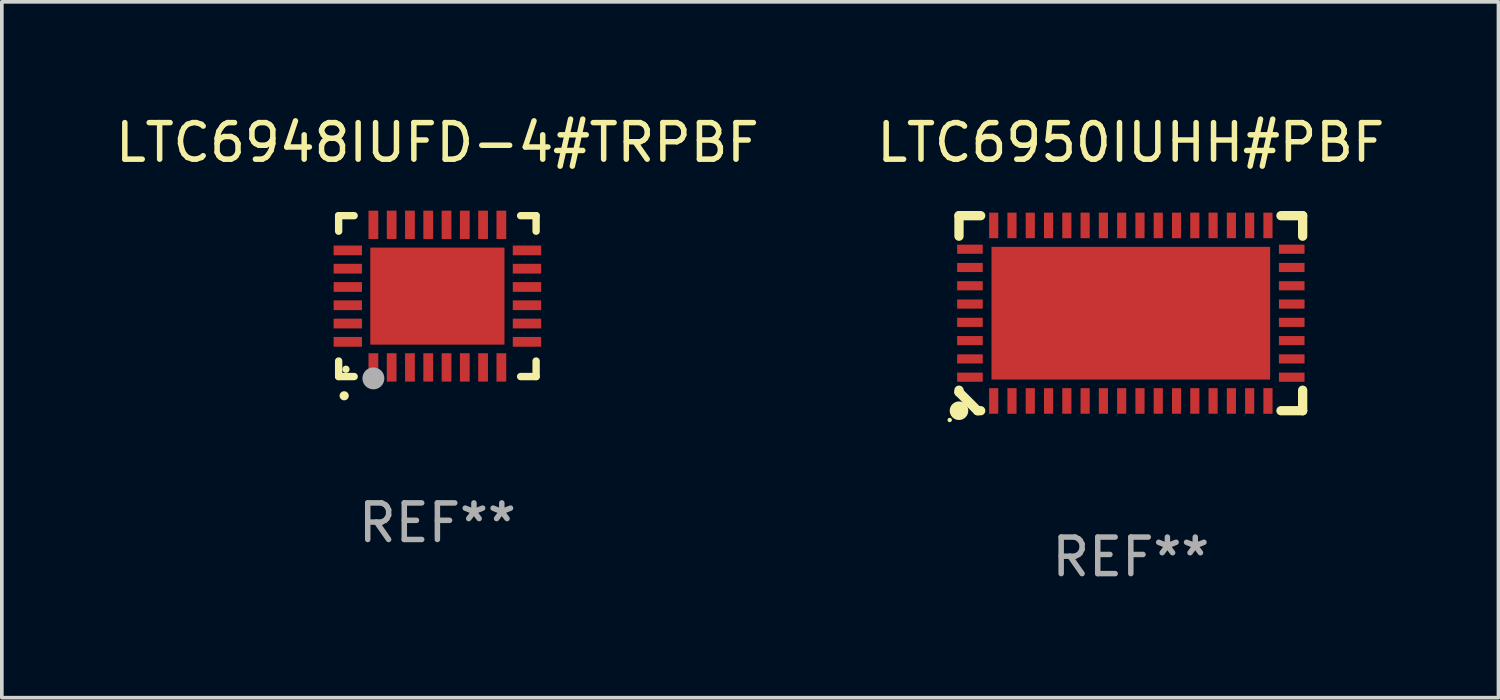
<source format=kicad_pcb>
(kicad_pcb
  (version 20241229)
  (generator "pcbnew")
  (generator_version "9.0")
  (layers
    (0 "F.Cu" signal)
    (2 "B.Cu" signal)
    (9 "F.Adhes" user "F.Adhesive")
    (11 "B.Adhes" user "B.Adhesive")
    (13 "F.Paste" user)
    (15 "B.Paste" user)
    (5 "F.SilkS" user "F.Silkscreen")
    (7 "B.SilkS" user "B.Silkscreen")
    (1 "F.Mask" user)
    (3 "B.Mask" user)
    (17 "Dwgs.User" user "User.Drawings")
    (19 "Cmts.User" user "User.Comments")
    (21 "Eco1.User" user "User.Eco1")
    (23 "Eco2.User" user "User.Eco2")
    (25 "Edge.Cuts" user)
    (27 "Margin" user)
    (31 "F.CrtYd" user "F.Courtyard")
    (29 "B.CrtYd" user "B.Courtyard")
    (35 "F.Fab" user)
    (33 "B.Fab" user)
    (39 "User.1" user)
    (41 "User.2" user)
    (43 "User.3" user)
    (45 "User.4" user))
  (footprint "LTC6950IUHH#PBF"
    (layer "F.Cu")
    (at 27.875 5.515)
    (property "Reference" "LTC6950IUHH#PBF" (at 0 -4.667 0) (layer "F.SilkS") (effects (font (size 1 1) (thickness 0.15))))
    (attr through_hole)
    (fp_line (start -4.699 -2.667) (end -4.699 -2.106) (stroke (width 0.254) (type solid)) (layer "F.SilkS"))
    (fp_line (start -4.699 2.106) (end -4.699 2.159) (stroke (width 0.254) (type solid)) (layer "F.SilkS"))
    (fp_line (start -4.699 2.159) (end -4.191 2.667) (stroke (width 0.254) (type solid)) (layer "F.SilkS"))
    (fp_line (start -4.191 2.667) (end -4.106 2.667) (stroke (width 0.254) (type solid)) (layer "F.SilkS"))
    (fp_line (start -4.106 -2.667) (end -4.699 -2.667) (stroke (width 0.254) (type solid)) (layer "F.SilkS"))
    (fp_line (start 4.106 2.667) (end 4.699 2.667) (stroke (width 0.254) (type solid)) (layer "F.SilkS"))
    (fp_line (start 4.699 -2.667) (end 4.106 -2.667) (stroke (width 0.254) (type solid)) (layer "F.SilkS"))
    (fp_line (start 4.699 -2.106) (end 4.699 -2.667) (stroke (width 0.254) (type solid)) (layer "F.SilkS"))
    (fp_line (start 4.699 2.667) (end 4.699 2.106) (stroke (width 0.254) (type solid)) (layer "F.SilkS"))
    (fp_circle (center -4.953 2.921) (end -4.923 2.921) (stroke (width 0.06) (type solid)) (fill no) (layer "F.SilkS"))
    (fp_circle (center -4.699 2.667) (end -4.572 2.667) (stroke (width 0.254) (type solid)) (fill no) (layer "F.SilkS"))
    (fp_text user "REF**" (at 0 6.667 0) (layer "F.Fab") (effects (font (size 1 1) (thickness 0.15))))
    (pad "1" smd rect (at -3.75 2.4) (size 0.25 0.7) (layers "F.Cu" "F.Mask" "F.Paste"))
    (pad "2" smd rect (at -3.25 2.4) (size 0.25 0.7) (layers "F.Cu" "F.Mask" "F.Paste"))
    (pad "3" smd rect (at -2.75 2.4) (size 0.25 0.7) (layers "F.Cu" "F.Mask" "F.Paste"))
    (pad "4" smd rect (at -2.25 2.4) (size 0.25 0.7) (layers "F.Cu" "F.Mask" "F.Paste"))
    (pad "5" smd rect (at -1.75 2.4) (size 0.25 0.7) (layers "F.Cu" "F.Mask" "F.Paste"))
    (pad "6" smd rect (at -1.25 2.4) (size 0.25 0.7) (layers "F.Cu" "F.Mask" "F.Paste"))
    (pad "7" smd rect (at -0.75 2.4) (size 0.25 0.7) (layers "F.Cu" "F.Mask" "F.Paste"))
    (pad "8" smd rect (at -0.25 2.4) (size 0.25 0.7) (layers "F.Cu" "F.Mask" "F.Paste"))
    (pad "9" smd rect (at 0.25 2.4) (size 0.25 0.7) (layers "F.Cu" "F.Mask" "F.Paste"))
    (pad "10" smd rect (at 0.75 2.4) (size 0.25 0.7) (layers "F.Cu" "F.Mask" "F.Paste"))
    (pad "11" smd rect (at 1.25 2.4) (size 0.25 0.7) (layers "F.Cu" "F.Mask" "F.Paste"))
    (pad "12" smd rect (at 1.75 2.4) (size 0.25 0.7) (layers "F.Cu" "F.Mask" "F.Paste"))
    (pad "13" smd rect (at 2.25 2.4) (size 0.25 0.7) (layers "F.Cu" "F.Mask" "F.Paste"))
    (pad "14" smd rect (at 2.75 2.4) (size 0.25 0.7) (layers "F.Cu" "F.Mask" "F.Paste"))
    (pad "15" smd rect (at 3.25 2.4) (size 0.25 0.7) (layers "F.Cu" "F.Mask" "F.Paste"))
    (pad "16" smd rect (at 3.75 2.4) (size 0.25 0.7) (layers "F.Cu" "F.Mask" "F.Paste"))
    (pad "17" smd rect (at 4.4 1.75 90) (size 0.25 0.7) (layers "F.Cu" "F.Mask" "F.Paste"))
    (pad "18" smd rect (at 4.4 1.25 90) (size 0.25 0.7) (layers "F.Cu" "F.Mask" "F.Paste"))
    (pad "19" smd rect (at 4.4 0.75 90) (size 0.25 0.7) (layers "F.Cu" "F.Mask" "F.Paste"))
    (pad "20" smd rect (at 4.4 0.25 90) (size 0.25 0.7) (layers "F.Cu" "F.Mask" "F.Paste"))
    (pad "21" smd rect (at 4.4 -0.25 90) (size 0.25 0.7) (layers "F.Cu" "F.Mask" "F.Paste"))
    (pad "22" smd rect (at 4.4 -0.75 90) (size 0.25 0.7) (layers "F.Cu" "F.Mask" "F.Paste"))
    (pad "23" smd rect (at 4.4 -1.25 90) (size 0.25 0.7) (layers "F.Cu" "F.Mask" "F.Paste"))
    (pad "24" smd rect (at 4.4 -1.75 90) (size 0.25 0.7) (layers "F.Cu" "F.Mask" "F.Paste"))
    (pad "25" smd rect (at 3.75 -2.4 180) (size 0.25 0.7) (layers "F.Cu" "F.Mask" "F.Paste"))
    (pad "26" smd rect (at 3.25 -2.4 180) (size 0.25 0.7) (layers "F.Cu" "F.Mask" "F.Paste"))
    (pad "27" smd rect (at 2.75 -2.4 180) (size 0.25 0.7) (layers "F.Cu" "F.Mask" "F.Paste"))
    (pad "28" smd rect (at 2.25 -2.4 180) (size 0.25 0.7) (layers "F.Cu" "F.Mask" "F.Paste"))
    (pad "29" smd rect (at 1.75 -2.4 180) (size 0.25 0.7) (layers "F.Cu" "F.Mask" "F.Paste"))
    (pad "30" smd rect (at 1.25 -2.4 180) (size 0.25 0.7) (layers "F.Cu" "F.Mask" "F.Paste"))
    (pad "31" smd rect (at 0.75 -2.4 180) (size 0.25 0.7) (layers "F.Cu" "F.Mask" "F.Paste"))
    (pad "32" smd rect (at 0.25 -2.4 180) (size 0.25 0.7) (layers "F.Cu" "F.Mask" "F.Paste"))
    (pad "33" smd rect (at -0.25 -2.4 180) (size 0.25 0.7) (layers "F.Cu" "F.Mask" "F.Paste"))
    (pad "34" smd rect (at -0.75 -2.4 180) (size 0.25 0.7) (layers "F.Cu" "F.Mask" "F.Paste"))
    (pad "35" smd rect (at -1.25 -2.4 180) (size 0.25 0.7) (layers "F.Cu" "F.Mask" "F.Paste"))
    (pad "36" smd rect (at -1.75 -2.4 180) (size 0.25 0.7) (layers "F.Cu" "F.Mask" "F.Paste"))
    (pad "37" smd rect (at -2.25 -2.4 180) (size 0.25 0.7) (layers "F.Cu" "F.Mask" "F.Paste"))
    (pad "38" smd rect (at -2.75 -2.4 180) (size 0.25 0.7) (layers "F.Cu" "F.Mask" "F.Paste"))
    (pad "39" smd rect (at -3.25 -2.4 180) (size 0.25 0.7) (layers "F.Cu" "F.Mask" "F.Paste"))
    (pad "40" smd rect (at -3.75 -2.4 180) (size 0.25 0.7) (layers "F.Cu" "F.Mask" "F.Paste"))
    (pad "41" smd rect (at -4.4 -1.75 270) (size 0.25 0.7) (layers "F.Cu" "F.Mask" "F.Paste"))
    (pad "42" smd rect (at -4.4 -1.25 270) (size 0.25 0.7) (layers "F.Cu" "F.Mask" "F.Paste"))
    (pad "43" smd rect (at -4.4 -0.75 270) (size 0.25 0.7) (layers "F.Cu" "F.Mask" "F.Paste"))
    (pad "44" smd rect (at -4.4 -0.25 270) (size 0.25 0.7) (layers "F.Cu" "F.Mask" "F.Paste"))
    (pad "45" smd rect (at -4.4 0.25 270) (size 0.25 0.7) (layers "F.Cu" "F.Mask" "F.Paste"))
    (pad "46" smd rect (at -4.4 0.75 270) (size 0.25 0.7) (layers "F.Cu" "F.Mask" "F.Paste"))
    (pad "47" smd rect (at -4.4 1.25 270) (size 0.25 0.7) (layers "F.Cu" "F.Mask" "F.Paste"))
    (pad "48" smd rect (at -4.4 1.75 270) (size 0.25 0.7) (layers "F.Cu" "F.Mask" "F.Paste"))
    (pad "49" smd rect (at 0 0) (size 7.62 3.63) (layers "F.Cu" "F.Mask" "F.Paste")))
  (footprint "LTC6948IUFD-4#TRPBF"
    (layer "F.Cu")
    (at 8.911 5.048)
    (property "Reference" "LTC6948IUFD-4#TRPBF" (at 0 -4.2 0) (layer "F.SilkS") (effects (font (size 1 1) (thickness 0.15))))
    (attr through_hole)
    (fp_line (start -2.7 -2.2) (end -2.276 -2.2) (stroke (width 0.201) (type solid)) (layer "F.SilkS"))
    (fp_line (start -2.7 -1.775) (end -2.7 -2.2) (stroke (width 0.201) (type solid)) (layer "F.SilkS"))
    (fp_line (start -2.7 2.2) (end -2.7 1.775) (stroke (width 0.201) (type solid)) (layer "F.SilkS"))
    (fp_line (start -2.276 2.2) (end -2.7 2.2) (stroke (width 0.201) (type solid)) (layer "F.SilkS"))
    (fp_line (start 2.276 2.2) (end 2.7 2.2) (stroke (width 0.201) (type solid)) (layer "F.SilkS"))
    (fp_line (start 2.7 -2.2) (end 2.276 -2.2) (stroke (width 0.201) (type solid)) (layer "F.SilkS"))
    (fp_line (start 2.7 -1.775) (end 2.7 -2.2) (stroke (width 0.201) (type solid)) (layer "F.SilkS"))
    (fp_line (start 2.7 2.2) (end 2.7 1.775) (stroke (width 0.201) (type solid)) (layer "F.SilkS"))
    (fp_arc (start -2.550165 2.725425) (mid -2.548895 2.725419) (end -2.547625 2.725425) (stroke (width 0.24892) (type solid)) (layer "F.SilkS"))
    (fp_circle (center -2.5 2) (end -2.45 2) (stroke (width 0.1) (type solid)) (fill no) (layer "F.SilkS"))
    (fp_circle (center -1.75 2.25) (end -1.6 2.25) (stroke (width 0.3) (type solid)) (fill no) (layer "F.Fab"))
    (fp_text user "REF**" (at 0 6.2 0) (layer "F.Fab") (effects (font (size 1 1) (thickness 0.15))))
    (pad "1" smd rect (at -1.75 1.95) (size 0.267 0.775) (layers "F.Cu" "F.Mask" "F.Paste"))
    (pad "2" smd rect (at -1.25 1.95) (size 0.267 0.775) (layers "F.Cu" "F.Mask" "F.Paste"))
    (pad "3" smd rect (at -0.75 1.95) (size 0.267 0.775) (layers "F.Cu" "F.Mask" "F.Paste"))
    (pad "4" smd rect (at -0.25 1.95) (size 0.267 0.775) (layers "F.Cu" "F.Mask" "F.Paste"))
    (pad "5" smd rect (at 0.25 1.95) (size 0.267 0.775) (layers "F.Cu" "F.Mask" "F.Paste"))
    (pad "6" smd rect (at 0.75 1.95) (size 0.267 0.775) (layers "F.Cu" "F.Mask" "F.Paste"))
    (pad "7" smd rect (at 1.25 1.95) (size 0.267 0.775) (layers "F.Cu" "F.Mask" "F.Paste"))
    (pad "8" smd rect (at 1.75 1.95) (size 0.267 0.775) (layers "F.Cu" "F.Mask" "F.Paste"))
    (pad "9" smd rect (at 2.45 1.25) (size 0.775 0.267) (layers "F.Cu" "F.Mask" "F.Paste"))
    (pad "10" smd rect (at 2.45 0.75) (size 0.775 0.267) (layers "F.Cu" "F.Mask" "F.Paste"))
    (pad "11" smd rect (at 2.45 0.25) (size 0.775 0.267) (layers "F.Cu" "F.Mask" "F.Paste"))
    (pad "12" smd rect (at 2.45 -0.25) (size 0.775 0.267) (layers "F.Cu" "F.Mask" "F.Paste"))
    (pad "13" smd rect (at 2.45 -0.75) (size 0.775 0.267) (layers "F.Cu" "F.Mask" "F.Paste"))
    (pad "14" smd rect (at 2.45 -1.25) (size 0.775 0.267) (layers "F.Cu" "F.Mask" "F.Paste"))
    (pad "15" smd rect (at 1.75 -1.95) (size 0.267 0.775) (layers "F.Cu" "F.Mask" "F.Paste"))
    (pad "16" smd rect (at 1.25 -1.95) (size 0.267 0.775) (layers "F.Cu" "F.Mask" "F.Paste"))
    (pad "17" smd rect (at 0.75 -1.95) (size 0.267 0.775) (layers "F.Cu" "F.Mask" "F.Paste"))
    (pad "18" smd rect (at 0.25 -1.95) (size 0.267 0.775) (layers "F.Cu" "F.Mask" "F.Paste"))
    (pad "19" smd rect (at -0.25 -1.95) (size 0.267 0.775) (layers "F.Cu" "F.Mask" "F.Paste"))
    (pad "20" smd rect (at -0.75 -1.95) (size 0.267 0.775) (layers "F.Cu" "F.Mask" "F.Paste"))
    (pad "21" smd rect (at -1.25 -1.95) (size 0.267 0.775) (layers "F.Cu" "F.Mask" "F.Paste"))
    (pad "22" smd rect (at -1.75 -1.95) (size 0.267 0.775) (layers "F.Cu" "F.Mask" "F.Paste"))
    (pad "23" smd rect (at -2.45 -1.25) (size 0.775 0.267) (layers "F.Cu" "F.Mask" "F.Paste"))
    (pad "24" smd rect (at -2.45 -0.75) (size 0.775 0.267) (layers "F.Cu" "F.Mask" "F.Paste"))
    (pad "25" smd rect (at -2.45 -0.25) (size 0.775 0.267) (layers "F.Cu" "F.Mask" "F.Paste"))
    (pad "26" smd rect (at -2.45 0.25) (size 0.775 0.267) (layers "F.Cu" "F.Mask" "F.Paste"))
    (pad "27" smd rect (at -2.45 0.75) (size 0.775 0.267) (layers "F.Cu" "F.Mask" "F.Paste"))
    (pad "28" smd rect (at -2.45 1.25) (size 0.775 0.267) (layers "F.Cu" "F.Mask" "F.Paste"))
    (pad "29" smd rect (at 0.000127 0.000127) (size 3.67 2.654) (layers "F.Cu" "F.Mask" "F.Paste")))
  (gr_rect
    (start -3 -3)
    (end 37.929 16.031)
    (stroke (width 0.1) (type default))
    (fill no)
    (layer "Edge.Cuts")))
</source>
